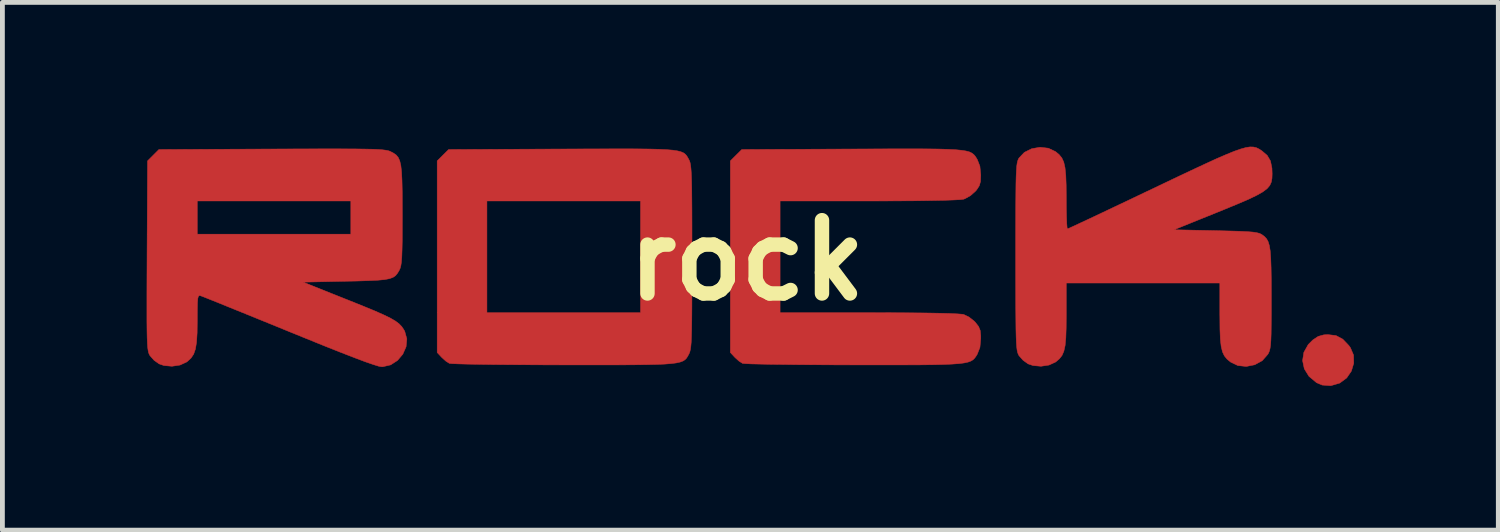
<source format=kicad_pcb>
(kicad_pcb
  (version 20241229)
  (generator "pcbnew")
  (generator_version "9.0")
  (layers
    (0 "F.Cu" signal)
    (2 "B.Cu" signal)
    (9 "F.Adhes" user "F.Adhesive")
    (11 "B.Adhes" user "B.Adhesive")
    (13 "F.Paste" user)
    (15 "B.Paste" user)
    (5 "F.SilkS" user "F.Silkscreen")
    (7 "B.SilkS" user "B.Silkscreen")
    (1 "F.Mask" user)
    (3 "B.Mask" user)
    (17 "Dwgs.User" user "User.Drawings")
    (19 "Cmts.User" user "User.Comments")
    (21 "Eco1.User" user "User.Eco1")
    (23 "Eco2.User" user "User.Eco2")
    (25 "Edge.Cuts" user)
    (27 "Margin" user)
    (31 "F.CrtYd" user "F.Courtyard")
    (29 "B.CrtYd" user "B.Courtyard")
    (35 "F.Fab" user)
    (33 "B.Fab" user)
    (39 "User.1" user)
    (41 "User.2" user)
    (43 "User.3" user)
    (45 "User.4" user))
  (footprint "rock"
    (layer "F.Cu")
    (at 12.482 2.363)
    (property "Reference" "rock" (at 0 0 0) (layer "F.SilkS") (effects (font (size 1.524 1.524) (thickness 0.3))))
    (attr through_hole)
    (fp_poly (pts (xy 12.249 1.565) (xy 12.389 1.639) (xy 12.517 1.773) (xy 12.549 1.818) (xy 12.614 1.971) (xy 12.618 2.139) (xy 12.569 2.303) (xy 12.471 2.446) (xy 12.329 2.551) (xy 12.323 2.554) (xy 12.14 2.607) (xy 11.961 2.594) (xy 11.844 2.544) (xy 11.687 2.413) (xy 11.59 2.256) (xy 11.554 2.085) (xy 11.581 1.913) (xy 11.671 1.752) (xy 11.766 1.657) (xy 11.879 1.582) (xy 11.995 1.55) (xy 12.081 1.545) (xy 12.249 1.565)) (stroke (width 0.01) (type solid)) (fill yes) (layer "F.Cu"))
    (fp_poly (pts (xy -2.29 -2.317) (xy -2.038 -2.314) (xy -1.833 -2.309) (xy -1.668 -2.301) (xy -1.54 -2.29) (xy -1.442 -2.275) (xy -1.37 -2.256) (xy -1.317 -2.233) (xy -1.28 -2.205) (xy -1.252 -2.172) (xy -1.228 -2.133) (xy -1.209 -2.098) (xy -1.194 -2.068) (xy -1.182 -2.03) (xy -1.172 -1.978) (xy -1.164 -1.907) (xy -1.157 -1.809) (xy -1.152 -1.68) (xy -1.148 -1.513) (xy -1.146 -1.301) (xy -1.144 -1.039) (xy -1.143 -0.721) (xy -1.143 -0.34) (xy -1.143 -0.073) (xy -1.143 0.35) (xy -1.144 0.706) (xy -1.145 1.002) (xy -1.147 1.244) (xy -1.15 1.437) (xy -1.154 1.589) (xy -1.159 1.705) (xy -1.167 1.792) (xy -1.176 1.855) (xy -1.187 1.9) (xy -1.2 1.935) (xy -1.209 1.953) (xy -1.233 1.997) (xy -1.257 2.035) (xy -1.287 2.066) (xy -1.329 2.093) (xy -1.386 2.115) (xy -1.465 2.133) (xy -1.571 2.147) (xy -1.709 2.158) (xy -1.884 2.165) (xy -2.103 2.17) (xy -2.369 2.173) (xy -2.689 2.175) (xy -3.068 2.175) (xy -3.51 2.175) (xy -3.818 2.175) (xy -4.221 2.174) (xy -4.604 2.172) (xy -4.961 2.17) (xy -5.284 2.167) (xy -5.568 2.163) (xy -5.806 2.159) (xy -5.992 2.154) (xy -6.12 2.149) (xy -6.182 2.144) (xy -6.187 2.143) (xy -6.261 2.096) (xy -6.343 2.022) (xy -6.35 2.015) (xy -6.441 1.917) (xy -6.441 -1.234) (xy -5.407 -1.234) (xy -5.407 1.089) (xy -2.213 1.089) (xy -2.213 -1.234) (xy -5.407 -1.234) (xy -6.441 -1.234) (xy -6.441 -2.067) (xy -6.322 -2.186) (xy -6.203 -2.304) (xy -3.864 -2.314) (xy -3.375 -2.316) (xy -2.953 -2.317) (xy -2.593 -2.318) (xy -2.29 -2.317)) (stroke (width 0.01) (type solid)) (fill yes) (layer "F.Cu"))
    (fp_poly (pts (xy 3.728 -2.317) (xy 3.975 -2.314) (xy 4.175 -2.308) (xy 4.336 -2.3) (xy 4.461 -2.288) (xy 4.556 -2.273) (xy 4.627 -2.254) (xy 4.678 -2.229) (xy 4.716 -2.2) (xy 4.746 -2.166) (xy 4.772 -2.125) (xy 4.789 -2.098) (xy 4.844 -1.958) (xy 4.862 -1.774) (xy 4.862 -1.77) (xy 4.857 -1.64) (xy 4.832 -1.551) (xy 4.779 -1.469) (xy 4.75 -1.435) (xy 4.647 -1.344) (xy 4.531 -1.28) (xy 4.506 -1.271) (xy 4.437 -1.262) (xy 4.3 -1.255) (xy 4.098 -1.248) (xy 3.837 -1.243) (xy 3.52 -1.238) (xy 3.151 -1.236) (xy 2.734 -1.234) (xy 2.531 -1.234) (xy 0.689 -1.234) (xy 0.689 1.089) (xy 2.531 1.089) (xy 2.968 1.09) (xy 3.359 1.092) (xy 3.7 1.095) (xy 3.987 1.1) (xy 4.216 1.106) (xy 4.383 1.114) (xy 4.483 1.122) (xy 4.506 1.126) (xy 4.618 1.18) (xy 4.728 1.267) (xy 4.75 1.29) (xy 4.817 1.377) (xy 4.851 1.46) (xy 4.862 1.571) (xy 4.862 1.625) (xy 4.845 1.81) (xy 4.79 1.951) (xy 4.789 1.953) (xy 4.762 1.997) (xy 4.734 2.035) (xy 4.702 2.067) (xy 4.658 2.094) (xy 4.599 2.116) (xy 4.517 2.134) (xy 4.409 2.148) (xy 4.268 2.158) (xy 4.09 2.166) (xy 3.868 2.171) (xy 3.597 2.174) (xy 3.273 2.175) (xy 2.889 2.175) (xy 2.44 2.175) (xy 2.224 2.175) (xy 1.825 2.174) (xy 1.447 2.172) (xy 1.096 2.17) (xy 0.778 2.166) (xy 0.499 2.163) (xy 0.267 2.158) (xy 0.087 2.154) (xy -0.034 2.148) (xy -0.089 2.143) (xy -0.091 2.143) (xy -0.165 2.096) (xy -0.247 2.022) (xy -0.254 2.015) (xy -0.345 1.917) (xy -0.345 -2.067) (xy -0.226 -2.186) (xy -0.107 -2.304) (xy 2.177 -2.314) (xy 2.66 -2.316) (xy 3.076 -2.318) (xy 3.431 -2.318) (xy 3.728 -2.317)) (stroke (width 0.01) (type solid)) (fill yes) (layer "F.Cu"))
    (fp_poly (pts (xy -8.37 -2.317) (xy -8.132 -2.316) (xy -7.939 -2.313) (xy -7.786 -2.31) (xy -7.668 -2.305) (xy -7.579 -2.298) (xy -7.513 -2.29) (xy -7.465 -2.281) (xy -7.43 -2.27) (xy -7.417 -2.264) (xy -7.349 -2.229) (xy -7.294 -2.19) (xy -7.252 -2.14) (xy -7.22 -2.07) (xy -7.197 -1.972) (xy -7.182 -1.838) (xy -7.173 -1.661) (xy -7.168 -1.432) (xy -7.167 -1.142) (xy -7.166 -0.943) (xy -7.167 -0.637) (xy -7.168 -0.395) (xy -7.172 -0.208) (xy -7.177 -0.067) (xy -7.185 0.036) (xy -7.196 0.109) (xy -7.21 0.163) (xy -7.229 0.204) (xy -7.23 0.208) (xy -7.267 0.269) (xy -7.306 0.317) (xy -7.359 0.354) (xy -7.432 0.381) (xy -7.536 0.401) (xy -7.679 0.414) (xy -7.87 0.423) (xy -8.118 0.431) (xy -8.343 0.435) (xy -9.23 0.454) (xy -8.281 0.832) (xy -7.982 0.952) (xy -7.744 1.05) (xy -7.558 1.132) (xy -7.416 1.201) (xy -7.311 1.262) (xy -7.235 1.319) (xy -7.179 1.377) (xy -7.137 1.439) (xy -7.116 1.476) (xy -7.072 1.635) (xy -7.088 1.798) (xy -7.156 1.952) (xy -7.266 2.082) (xy -7.408 2.174) (xy -7.574 2.213) (xy -7.594 2.213) (xy -7.657 2.202) (xy -7.77 2.167) (xy -7.938 2.109) (xy -8.161 2.025) (xy -8.443 1.916) (xy -8.785 1.78) (xy -9.19 1.616) (xy -9.517 1.483) (xy -9.859 1.343) (xy -10.182 1.212) (xy -10.479 1.091) (xy -10.744 0.984) (xy -10.97 0.892) (xy -11.152 0.819) (xy -11.282 0.767) (xy -11.355 0.739) (xy -11.367 0.735) (xy -11.391 0.733) (xy -11.408 0.751) (xy -11.42 0.799) (xy -11.426 0.887) (xy -11.429 1.026) (xy -11.43 1.226) (xy -11.43 1.257) (xy -11.433 1.509) (xy -11.445 1.701) (xy -11.468 1.844) (xy -11.505 1.951) (xy -11.56 2.033) (xy -11.636 2.103) (xy -11.654 2.116) (xy -11.789 2.178) (xy -11.956 2.203) (xy -12.123 2.188) (xy -12.224 2.153) (xy -12.328 2.079) (xy -12.411 1.985) (xy -12.415 1.98) (xy -12.43 1.953) (xy -12.442 1.92) (xy -12.452 1.875) (xy -12.461 1.812) (xy -12.467 1.726) (xy -12.472 1.61) (xy -12.475 1.458) (xy -12.477 1.263) (xy -12.477 1.021) (xy -12.477 0.726) (xy -12.476 0.37) (xy -12.474 -0.052) (xy -12.474 -0.099) (xy -12.468 -1.234) (xy -11.43 -1.234) (xy -11.43 -0.544) (xy -8.237 -0.544) (xy -8.237 -1.234) (xy -11.43 -1.234) (xy -12.468 -1.234) (xy -12.464 -2.067) (xy -12.227 -2.304) (xy -9.885 -2.314) (xy -9.411 -2.316) (xy -9.004 -2.317) (xy -8.659 -2.318) (xy -8.37 -2.317)) (stroke (width 0.01) (type solid)) (fill yes) (layer "F.Cu"))
    (fp_poly (pts (xy 10.531 -2.356) (xy 10.589 -2.343) (xy 10.642 -2.318) (xy 10.695 -2.285) (xy 10.704 -2.279) (xy 10.818 -2.182) (xy 10.886 -2.067) (xy 10.917 -1.916) (xy 10.921 -1.8) (xy 10.918 -1.707) (xy 10.904 -1.628) (xy 10.872 -1.557) (xy 10.816 -1.491) (xy 10.728 -1.424) (xy 10.603 -1.353) (xy 10.433 -1.271) (xy 10.212 -1.176) (xy 9.933 -1.061) (xy 9.778 -0.998) (xy 8.879 -0.635) (xy 9.746 -0.617) (xy 10.025 -0.61) (xy 10.241 -0.604) (xy 10.403 -0.596) (xy 10.521 -0.587) (xy 10.603 -0.574) (xy 10.66 -0.559) (xy 10.701 -0.539) (xy 10.71 -0.533) (xy 10.763 -0.493) (xy 10.805 -0.448) (xy 10.838 -0.388) (xy 10.863 -0.306) (xy 10.881 -0.195) (xy 10.892 -0.045) (xy 10.899 0.151) (xy 10.903 0.401) (xy 10.904 0.714) (xy 10.904 0.798) (xy 10.904 1.101) (xy 10.902 1.34) (xy 10.9 1.525) (xy 10.895 1.663) (xy 10.888 1.764) (xy 10.877 1.836) (xy 10.863 1.889) (xy 10.845 1.931) (xy 10.831 1.955) (xy 10.715 2.087) (xy 10.559 2.172) (xy 10.383 2.207) (xy 10.207 2.188) (xy 10.058 2.116) (xy 9.984 2.055) (xy 9.928 1.987) (xy 9.888 1.902) (xy 9.861 1.789) (xy 9.844 1.637) (xy 9.836 1.435) (xy 9.834 1.173) (xy 9.833 1.134) (xy 9.833 0.472) (xy 6.64 0.472) (xy 6.64 1.134) (xy 6.638 1.405) (xy 6.631 1.614) (xy 6.616 1.772) (xy 6.59 1.89) (xy 6.552 1.978) (xy 6.498 2.047) (xy 6.427 2.108) (xy 6.416 2.116) (xy 6.281 2.178) (xy 6.115 2.203) (xy 5.948 2.188) (xy 5.846 2.153) (xy 5.743 2.079) (xy 5.659 1.985) (xy 5.656 1.98) (xy 5.641 1.952) (xy 5.629 1.918) (xy 5.618 1.871) (xy 5.61 1.806) (xy 5.603 1.716) (xy 5.598 1.595) (xy 5.594 1.437) (xy 5.592 1.237) (xy 5.59 0.988) (xy 5.589 0.683) (xy 5.588 0.318) (xy 5.588 -0.073) (xy 5.588 -0.499) (xy 5.589 -0.858) (xy 5.59 -1.157) (xy 5.592 -1.402) (xy 5.594 -1.598) (xy 5.598 -1.752) (xy 5.604 -1.87) (xy 5.61 -1.957) (xy 5.619 -2.021) (xy 5.63 -2.066) (xy 5.642 -2.1) (xy 5.656 -2.126) (xy 5.769 -2.245) (xy 5.922 -2.321) (xy 6.095 -2.351) (xy 6.268 -2.331) (xy 6.418 -2.26) (xy 6.492 -2.198) (xy 6.548 -2.129) (xy 6.588 -2.042) (xy 6.614 -1.926) (xy 6.63 -1.769) (xy 6.638 -1.562) (xy 6.64 -1.297) (xy 6.641 -1.09) (xy 6.645 -0.911) (xy 6.65 -0.77) (xy 6.657 -0.681) (xy 6.664 -0.653) (xy 6.7 -0.668) (xy 6.796 -0.712) (xy 6.944 -0.781) (xy 7.141 -0.873) (xy 7.378 -0.985) (xy 7.65 -1.114) (xy 7.952 -1.257) (xy 8.276 -1.412) (xy 8.45 -1.494) (xy 8.862 -1.691) (xy 9.215 -1.858) (xy 9.513 -1.997) (xy 9.761 -2.111) (xy 9.967 -2.2) (xy 10.134 -2.268) (xy 10.269 -2.315) (xy 10.376 -2.345) (xy 10.461 -2.358) (xy 10.531 -2.356)) (stroke (width 0.01) (type solid)) (fill yes) (layer "F.Cu")))
  (gr_rect
    (start -3 -3)
    (end 28.106 7.974)
    (stroke (width 0.1) (type default))
    (fill no)
    (layer "Edge.Cuts")))
</source>
